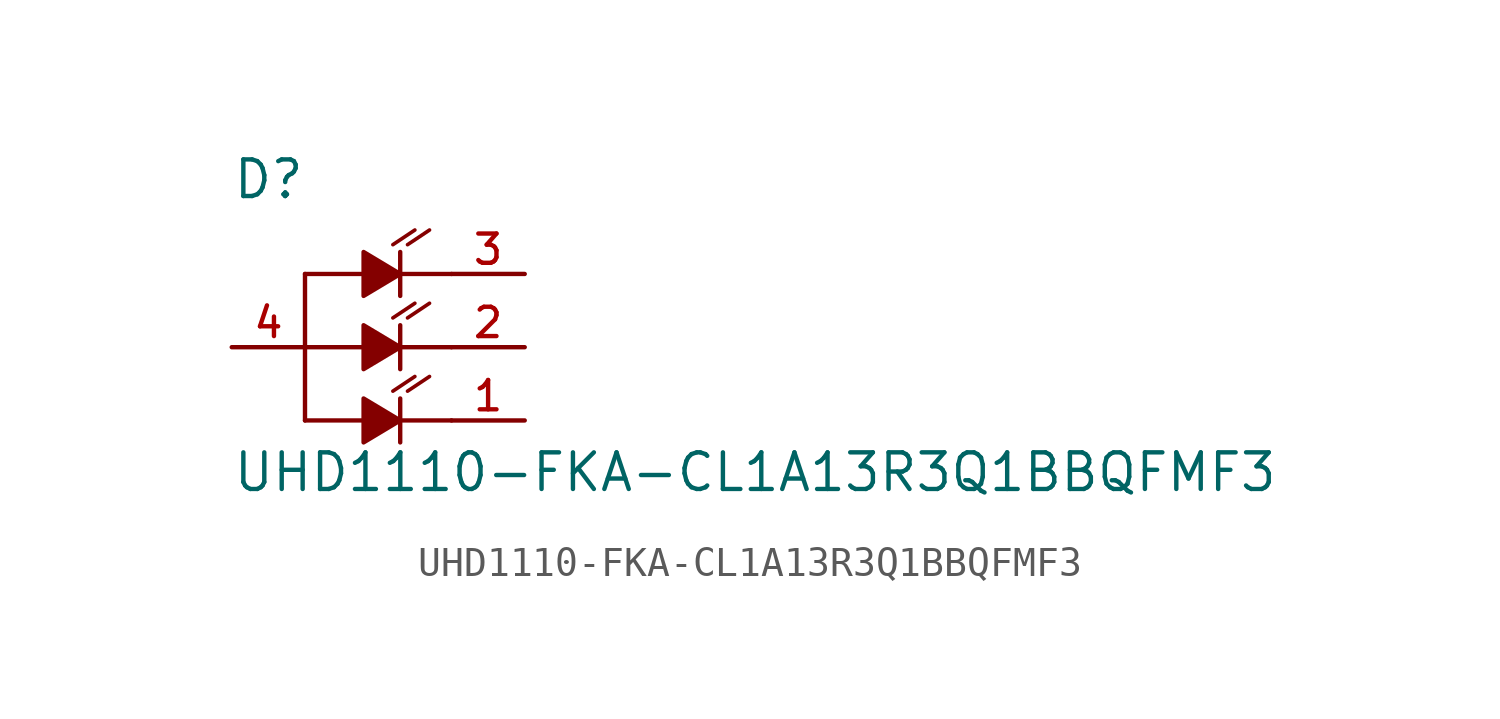
<source format=kicad_sym>
(kicad_symbol_lib
  (version 20211014)
  (generator kicad_symbol_editor)
  (symbol "UHD1110-FKA-CL1A13R3Q1BBQFMF3"
    (pin_names
      (offset 1.016))
    (property "Reference" "D"
      (at -2.54 5.08 0)
      (effects (font (size 1.27 1.27)) (justify bottom left)))
    (property "Value" "UHD1110-FKA-CL1A13R3Q1BBQFMF3"
      (at -2.54 -5.08 0)
      (effects (font (size 1.27 1.27)) (justify bottom left)))
    (symbol "UHD1110-FKA-CL1A13R3Q1BBQFMF3_0_0"
      (polyline (pts (xy 3.302 -2.54) (xy 2.032 -3.302) (xy 2.032 -1.778) (xy 3.302 -2.54)) (stroke (width 0.152)) (fill (type outline)))
      (polyline (pts (xy 2.032 -2.54) (xy 0.0 -2.54)) (stroke (width 0.152)))
      (polyline (pts (xy 3.302 -2.54) (xy 5.08 -2.54)) (stroke (width 0.152)))
      (polyline (pts (xy 3.302 -3.302) (xy 3.302 -1.778)) (stroke (width 0.152)))
      (polyline (pts (xy 3.302 2.54) (xy 2.032 1.778) (xy 2.032 3.302) (xy 3.302 2.54)) (stroke (width 0.152)) (fill (type outline)))
      (polyline (pts (xy 2.032 2.54) (xy 0.0 2.54)) (stroke (width 0.152)))
      (polyline (pts (xy 3.302 2.54) (xy 5.08 2.54)) (stroke (width 0.152)))
      (polyline (pts (xy 3.302 1.778) (xy 3.302 3.302)) (stroke (width 0.152)))
      (polyline (pts (xy 3.302 0.0) (xy 2.032 -0.762) (xy 2.032 0.762) (xy 3.302 0.0)) (stroke (width 0.152)) (fill (type outline)))
      (polyline (pts (xy 2.032 0.0) (xy 0.0 0.0)) (stroke (width 0.152)))
      (polyline (pts (xy 3.302 0.0) (xy 5.08 0.0)) (stroke (width 0.152)))
      (polyline (pts (xy 3.302 -0.762) (xy 3.302 0.762)) (stroke (width 0.152)))
      (polyline (pts (xy 0.0 -2.54) (xy 0.0 0.0)) (stroke (width 0.152)))
      (polyline (pts (xy 0.0 0.0) (xy 0.0 2.54)) (stroke (width 0.152)))
      (polyline (pts (xy 4.318 4.064) (xy 3.556 3.556)) (stroke (width 0.127)))
      (polyline (pts (xy 3.81 4.064) (xy 3.048 3.556)) (stroke (width 0.127)))
      (polyline (pts (xy 4.318 1.524) (xy 3.556 1.016)) (stroke (width 0.127)))
      (polyline (pts (xy 3.81 1.524) (xy 3.048 1.016)) (stroke (width 0.127)))
      (polyline (pts (xy 4.318 -1.016) (xy 3.556 -1.524)) (stroke (width 0.127)))
      (polyline (pts (xy 3.81 -1.016) (xy 3.048 -1.524)) (stroke (width 0.127)))
      (pin passive line (at 7.62 -2.54 180.0) (length 2.54) (name "~" (effects (font (size 1.016 1.016)))) (number "1" (effects (font (size 1.016 1.016)))))
      (pin passive line (at 7.62 2.54 180.0) (length 2.54) (name "~" (effects (font (size 1.016 1.016)))) (number "3" (effects (font (size 1.016 1.016)))))
      (pin passive line (at 7.62 0.0 180.0) (length 2.54) (name "~" (effects (font (size 1.016 1.016)))) (number "2" (effects (font (size 1.016 1.016)))))
      (pin passive line (at -2.54 0.0 0) (length 2.54) (name "~" (effects (font (size 1.016 1.016)))) (number "4" (effects (font (size 1.016 1.016))))))))
</source>
